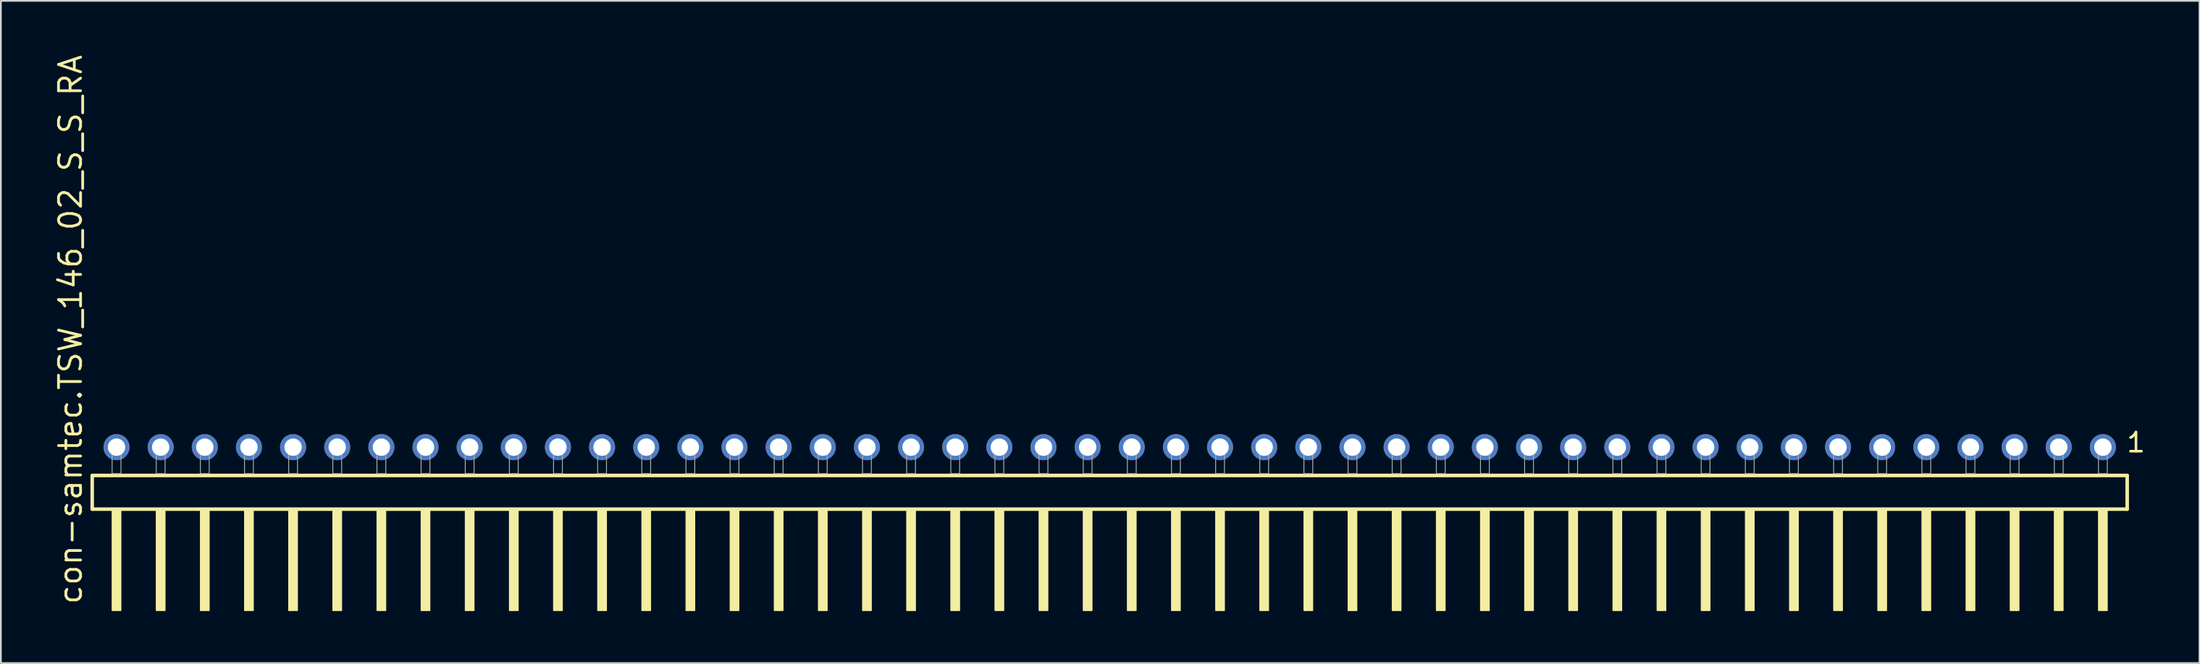
<source format=kicad_pcb>
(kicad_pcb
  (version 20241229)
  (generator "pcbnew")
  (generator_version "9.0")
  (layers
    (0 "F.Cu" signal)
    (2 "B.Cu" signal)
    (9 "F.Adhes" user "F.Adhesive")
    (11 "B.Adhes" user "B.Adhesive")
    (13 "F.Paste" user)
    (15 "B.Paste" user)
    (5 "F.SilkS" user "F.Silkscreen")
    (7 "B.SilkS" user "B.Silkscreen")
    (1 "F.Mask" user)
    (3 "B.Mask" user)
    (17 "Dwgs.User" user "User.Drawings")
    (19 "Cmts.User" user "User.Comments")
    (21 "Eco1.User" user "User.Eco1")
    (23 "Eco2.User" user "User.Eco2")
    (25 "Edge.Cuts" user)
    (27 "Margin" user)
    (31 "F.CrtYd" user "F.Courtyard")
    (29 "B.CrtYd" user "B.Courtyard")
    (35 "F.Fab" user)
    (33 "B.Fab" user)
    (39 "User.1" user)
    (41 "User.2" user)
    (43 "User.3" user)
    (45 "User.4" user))
  (footprint "con-samtec.TSW_146_02_S_S_RA"
    (layer "F.Cu")
    (at 60.805 24.235)
    (property "Reference" "con-samtec.TSW_146_02_S_S_RA" (at -59.055 7.62 90) (layer "F.SilkS") (effects (font (size 1.27 1.27) (thickness 0.16)) (justify left bottom)))
    (attr through_hole)
    (fp_line (start -58.549 0.106) (end -58.549 2.046) (stroke (width 0.203) (type default)) (layer "F.SilkS"))
    (fp_line (start -58.549 2.046) (end 58.549 2.046) (stroke (width 0.203) (type default)) (layer "F.SilkS"))
    (fp_line (start 58.549 0.106) (end -58.549 0.106) (stroke (width 0.203) (type default)) (layer "F.SilkS"))
    (fp_line (start 58.549 2.046) (end 58.549 0.106) (stroke (width 0.203) (type default)) (layer "F.SilkS"))
    (fp_rect (start -57.404 7.89) (end -56.896 2.04) (stroke (width 0.05) (type default)) (fill yes) (layer "F.SilkS"))
    (fp_rect (start -54.864 7.89) (end -54.356 2.04) (stroke (width 0.05) (type default)) (fill yes) (layer "F.SilkS"))
    (fp_rect (start -52.324 7.89) (end -51.816 2.04) (stroke (width 0.05) (type default)) (fill yes) (layer "F.SilkS"))
    (fp_rect (start -49.784 7.89) (end -49.276 2.04) (stroke (width 0.05) (type default)) (fill yes) (layer "F.SilkS"))
    (fp_rect (start -47.244 7.89) (end -46.736 2.04) (stroke (width 0.05) (type default)) (fill yes) (layer "F.SilkS"))
    (fp_rect (start -44.704 7.89) (end -44.196 2.04) (stroke (width 0.05) (type default)) (fill yes) (layer "F.SilkS"))
    (fp_rect (start -42.164 7.89) (end -41.656 2.04) (stroke (width 0.05) (type default)) (fill yes) (layer "F.SilkS"))
    (fp_rect (start -39.624 7.89) (end -39.116 2.04) (stroke (width 0.05) (type default)) (fill yes) (layer "F.SilkS"))
    (fp_rect (start -37.084 7.89) (end -36.576 2.04) (stroke (width 0.05) (type default)) (fill yes) (layer "F.SilkS"))
    (fp_rect (start -34.544 7.89) (end -34.036 2.04) (stroke (width 0.05) (type default)) (fill yes) (layer "F.SilkS"))
    (fp_rect (start -32.004 7.89) (end -31.496 2.04) (stroke (width 0.05) (type default)) (fill yes) (layer "F.SilkS"))
    (fp_rect (start -29.464 7.89) (end -28.956 2.04) (stroke (width 0.05) (type default)) (fill yes) (layer "F.SilkS"))
    (fp_rect (start -26.924 7.89) (end -26.416 2.04) (stroke (width 0.05) (type default)) (fill yes) (layer "F.SilkS"))
    (fp_rect (start -24.384 7.89) (end -23.876 2.04) (stroke (width 0.05) (type default)) (fill yes) (layer "F.SilkS"))
    (fp_rect (start -21.844 7.89) (end -21.336 2.04) (stroke (width 0.05) (type default)) (fill yes) (layer "F.SilkS"))
    (fp_rect (start -19.304 7.89) (end -18.796 2.04) (stroke (width 0.05) (type default)) (fill yes) (layer "F.SilkS"))
    (fp_rect (start -16.764 7.89) (end -16.256 2.04) (stroke (width 0.05) (type default)) (fill yes) (layer "F.SilkS"))
    (fp_rect (start -14.224 7.89) (end -13.716 2.04) (stroke (width 0.05) (type default)) (fill yes) (layer "F.SilkS"))
    (fp_rect (start -11.684 7.89) (end -11.176 2.04) (stroke (width 0.05) (type default)) (fill yes) (layer "F.SilkS"))
    (fp_rect (start -9.144 7.89) (end -8.636 2.04) (stroke (width 0.05) (type default)) (fill yes) (layer "F.SilkS"))
    (fp_rect (start -6.604 7.89) (end -6.096 2.04) (stroke (width 0.05) (type default)) (fill yes) (layer "F.SilkS"))
    (fp_rect (start -4.064 7.89) (end -3.556 2.04) (stroke (width 0.05) (type default)) (fill yes) (layer "F.SilkS"))
    (fp_rect (start -1.524 7.89) (end -1.016 2.04) (stroke (width 0.05) (type default)) (fill yes) (layer "F.SilkS"))
    (fp_rect (start 1.016 7.89) (end 1.524 2.04) (stroke (width 0.05) (type default)) (fill yes) (layer "F.SilkS"))
    (fp_rect (start 3.556 7.89) (end 4.064 2.04) (stroke (width 0.05) (type default)) (fill yes) (layer "F.SilkS"))
    (fp_rect (start 6.096 7.89) (end 6.604 2.04) (stroke (width 0.05) (type default)) (fill yes) (layer "F.SilkS"))
    (fp_rect (start 8.636 7.89) (end 9.144 2.04) (stroke (width 0.05) (type default)) (fill yes) (layer "F.SilkS"))
    (fp_rect (start 11.176 7.89) (end 11.684 2.04) (stroke (width 0.05) (type default)) (fill yes) (layer "F.SilkS"))
    (fp_rect (start 13.716 7.89) (end 14.224 2.04) (stroke (width 0.05) (type default)) (fill yes) (layer "F.SilkS"))
    (fp_rect (start 16.256 7.89) (end 16.764 2.04) (stroke (width 0.05) (type default)) (fill yes) (layer "F.SilkS"))
    (fp_rect (start 18.796 7.89) (end 19.304 2.04) (stroke (width 0.05) (type default)) (fill yes) (layer "F.SilkS"))
    (fp_rect (start 21.336 7.89) (end 21.844 2.04) (stroke (width 0.05) (type default)) (fill yes) (layer "F.SilkS"))
    (fp_rect (start 23.876 7.89) (end 24.384 2.04) (stroke (width 0.05) (type default)) (fill yes) (layer "F.SilkS"))
    (fp_rect (start 26.416 7.89) (end 26.924 2.04) (stroke (width 0.05) (type default)) (fill yes) (layer "F.SilkS"))
    (fp_rect (start 28.956 7.89) (end 29.464 2.04) (stroke (width 0.05) (type default)) (fill yes) (layer "F.SilkS"))
    (fp_rect (start 31.496 7.89) (end 32.004 2.04) (stroke (width 0.05) (type default)) (fill yes) (layer "F.SilkS"))
    (fp_rect (start 34.036 7.89) (end 34.544 2.04) (stroke (width 0.05) (type default)) (fill yes) (layer "F.SilkS"))
    (fp_rect (start 36.576 7.89) (end 37.084 2.04) (stroke (width 0.05) (type default)) (fill yes) (layer "F.SilkS"))
    (fp_rect (start 39.116 7.89) (end 39.624 2.04) (stroke (width 0.05) (type default)) (fill yes) (layer "F.SilkS"))
    (fp_rect (start 41.656 7.89) (end 42.164 2.04) (stroke (width 0.05) (type default)) (fill yes) (layer "F.SilkS"))
    (fp_rect (start 44.196 7.89) (end 44.704 2.04) (stroke (width 0.05) (type default)) (fill yes) (layer "F.SilkS"))
    (fp_rect (start 46.736 7.89) (end 47.244 2.04) (stroke (width 0.05) (type default)) (fill yes) (layer "F.SilkS"))
    (fp_rect (start 49.276 7.89) (end 49.784 2.04) (stroke (width 0.05) (type default)) (fill yes) (layer "F.SilkS"))
    (fp_rect (start 51.816 7.89) (end 52.324 2.04) (stroke (width 0.05) (type default)) (fill yes) (layer "F.SilkS"))
    (fp_rect (start 54.356 7.89) (end 54.864 2.04) (stroke (width 0.05) (type default)) (fill yes) (layer "F.SilkS"))
    (fp_rect (start 56.896 7.89) (end 57.404 2.04) (stroke (width 0.05) (type default)) (fill yes) (layer "F.SilkS"))
    (fp_rect (start -57.404 0) (end -56.896 -1.778) (stroke (width 0.05) (type default)) (fill no) (layer "F.Fab"))
    (fp_rect (start -54.864 0) (end -54.356 -1.778) (stroke (width 0.05) (type default)) (fill no) (layer "F.Fab"))
    (fp_rect (start -52.324 0) (end -51.816 -1.778) (stroke (width 0.05) (type default)) (fill no) (layer "F.Fab"))
    (fp_rect (start -49.784 0) (end -49.276 -1.778) (stroke (width 0.05) (type default)) (fill no) (layer "F.Fab"))
    (fp_rect (start -47.244 0) (end -46.736 -1.778) (stroke (width 0.05) (type default)) (fill no) (layer "F.Fab"))
    (fp_rect (start -44.704 0) (end -44.196 -1.778) (stroke (width 0.05) (type default)) (fill no) (layer "F.Fab"))
    (fp_rect (start -42.164 0) (end -41.656 -1.778) (stroke (width 0.05) (type default)) (fill no) (layer "F.Fab"))
    (fp_rect (start -39.624 0) (end -39.116 -1.778) (stroke (width 0.05) (type default)) (fill no) (layer "F.Fab"))
    (fp_rect (start -37.084 0) (end -36.576 -1.778) (stroke (width 0.05) (type default)) (fill no) (layer "F.Fab"))
    (fp_rect (start -34.544 0) (end -34.036 -1.778) (stroke (width 0.05) (type default)) (fill no) (layer "F.Fab"))
    (fp_rect (start -32.004 0) (end -31.496 -1.778) (stroke (width 0.05) (type default)) (fill no) (layer "F.Fab"))
    (fp_rect (start -29.464 0) (end -28.956 -1.778) (stroke (width 0.05) (type default)) (fill no) (layer "F.Fab"))
    (fp_rect (start -26.924 0) (end -26.416 -1.778) (stroke (width 0.05) (type default)) (fill no) (layer "F.Fab"))
    (fp_rect (start -24.384 0) (end -23.876 -1.778) (stroke (width 0.05) (type default)) (fill no) (layer "F.Fab"))
    (fp_rect (start -21.844 0) (end -21.336 -1.778) (stroke (width 0.05) (type default)) (fill no) (layer "F.Fab"))
    (fp_rect (start -19.304 0) (end -18.796 -1.778) (stroke (width 0.05) (type default)) (fill no) (layer "F.Fab"))
    (fp_rect (start -16.764 0) (end -16.256 -1.778) (stroke (width 0.05) (type default)) (fill no) (layer "F.Fab"))
    (fp_rect (start -14.224 0) (end -13.716 -1.778) (stroke (width 0.05) (type default)) (fill no) (layer "F.Fab"))
    (fp_rect (start -11.684 0) (end -11.176 -1.778) (stroke (width 0.05) (type default)) (fill no) (layer "F.Fab"))
    (fp_rect (start -9.144 0) (end -8.636 -1.778) (stroke (width 0.05) (type default)) (fill no) (layer "F.Fab"))
    (fp_rect (start -6.604 0) (end -6.096 -1.778) (stroke (width 0.05) (type default)) (fill no) (layer "F.Fab"))
    (fp_rect (start -4.064 0) (end -3.556 -1.778) (stroke (width 0.05) (type default)) (fill no) (layer "F.Fab"))
    (fp_rect (start -1.524 0) (end -1.016 -1.778) (stroke (width 0.05) (type default)) (fill no) (layer "F.Fab"))
    (fp_rect (start 1.016 0) (end 1.524 -1.778) (stroke (width 0.05) (type default)) (fill no) (layer "F.Fab"))
    (fp_rect (start 3.556 0) (end 4.064 -1.778) (stroke (width 0.05) (type default)) (fill no) (layer "F.Fab"))
    (fp_rect (start 6.096 0) (end 6.604 -1.778) (stroke (width 0.05) (type default)) (fill no) (layer "F.Fab"))
    (fp_rect (start 8.636 0) (end 9.144 -1.778) (stroke (width 0.05) (type default)) (fill no) (layer "F.Fab"))
    (fp_rect (start 11.176 0) (end 11.684 -1.778) (stroke (width 0.05) (type default)) (fill no) (layer "F.Fab"))
    (fp_rect (start 13.716 0) (end 14.224 -1.778) (stroke (width 0.05) (type default)) (fill no) (layer "F.Fab"))
    (fp_rect (start 16.256 0) (end 16.764 -1.778) (stroke (width 0.05) (type default)) (fill no) (layer "F.Fab"))
    (fp_rect (start 18.796 0) (end 19.304 -1.778) (stroke (width 0.05) (type default)) (fill no) (layer "F.Fab"))
    (fp_rect (start 21.336 0) (end 21.844 -1.778) (stroke (width 0.05) (type default)) (fill no) (layer "F.Fab"))
    (fp_rect (start 23.876 0) (end 24.384 -1.778) (stroke (width 0.05) (type default)) (fill no) (layer "F.Fab"))
    (fp_rect (start 26.416 0) (end 26.924 -1.778) (stroke (width 0.05) (type default)) (fill no) (layer "F.Fab"))
    (fp_rect (start 28.956 0) (end 29.464 -1.778) (stroke (width 0.05) (type default)) (fill no) (layer "F.Fab"))
    (fp_rect (start 31.496 0) (end 32.004 -1.778) (stroke (width 0.05) (type default)) (fill no) (layer "F.Fab"))
    (fp_rect (start 34.036 0) (end 34.544 -1.778) (stroke (width 0.05) (type default)) (fill no) (layer "F.Fab"))
    (fp_rect (start 36.576 0) (end 37.084 -1.778) (stroke (width 0.05) (type default)) (fill no) (layer "F.Fab"))
    (fp_rect (start 39.116 0) (end 39.624 -1.778) (stroke (width 0.05) (type default)) (fill no) (layer "F.Fab"))
    (fp_rect (start 41.656 0) (end 42.164 -1.778) (stroke (width 0.05) (type default)) (fill no) (layer "F.Fab"))
    (fp_rect (start 44.196 0) (end 44.704 -1.778) (stroke (width 0.05) (type default)) (fill no) (layer "F.Fab"))
    (fp_rect (start 46.736 0) (end 47.244 -1.778) (stroke (width 0.05) (type default)) (fill no) (layer "F.Fab"))
    (fp_rect (start 49.276 0) (end 49.784 -1.778) (stroke (width 0.05) (type default)) (fill no) (layer "F.Fab"))
    (fp_rect (start 51.816 0) (end 52.324 -1.778) (stroke (width 0.05) (type default)) (fill no) (layer "F.Fab"))
    (fp_rect (start 54.356 0) (end 54.864 -1.778) (stroke (width 0.05) (type default)) (fill no) (layer "F.Fab"))
    (fp_rect (start 56.896 0) (end 57.404 -1.778) (stroke (width 0.05) (type default)) (fill no) (layer "F.Fab"))
    (fp_text user "1" (at 58.432 -1.152 0) (layer "F.SilkS") (effects (font (size 1.1 1.1) (thickness 0.15)) (justify left bottom)))
    (pad "1" thru_hole circle (at 57.15 -1.524 180) (size 1.5 1.5) (drill 1) (layers "*.Cu" "*.Mask"))
    (pad "2" thru_hole circle (at 54.61 -1.524 180) (size 1.5 1.5) (drill 1) (layers "*.Cu" "*.Mask"))
    (pad "3" thru_hole circle (at 52.07 -1.524 180) (size 1.5 1.5) (drill 1) (layers "*.Cu" "*.Mask"))
    (pad "4" thru_hole circle (at 49.53 -1.524 180) (size 1.5 1.5) (drill 1) (layers "*.Cu" "*.Mask"))
    (pad "5" thru_hole circle (at 46.99 -1.524 180) (size 1.5 1.5) (drill 1) (layers "*.Cu" "*.Mask"))
    (pad "6" thru_hole circle (at 44.45 -1.524 180) (size 1.5 1.5) (drill 1) (layers "*.Cu" "*.Mask"))
    (pad "7" thru_hole circle (at 41.91 -1.524 180) (size 1.5 1.5) (drill 1) (layers "*.Cu" "*.Mask"))
    (pad "8" thru_hole circle (at 39.37 -1.524 180) (size 1.5 1.5) (drill 1) (layers "*.Cu" "*.Mask"))
    (pad "9" thru_hole circle (at 36.83 -1.524 180) (size 1.5 1.5) (drill 1) (layers "*.Cu" "*.Mask"))
    (pad "10" thru_hole circle (at 34.29 -1.524 180) (size 1.5 1.5) (drill 1) (layers "*.Cu" "*.Mask"))
    (pad "11" thru_hole circle (at 31.75 -1.524 180) (size 1.5 1.5) (drill 1) (layers "*.Cu" "*.Mask"))
    (pad "12" thru_hole circle (at 29.21 -1.524 180) (size 1.5 1.5) (drill 1) (layers "*.Cu" "*.Mask"))
    (pad "13" thru_hole circle (at 26.67 -1.524 180) (size 1.5 1.5) (drill 1) (layers "*.Cu" "*.Mask"))
    (pad "14" thru_hole circle (at 24.13 -1.524 180) (size 1.5 1.5) (drill 1) (layers "*.Cu" "*.Mask"))
    (pad "15" thru_hole circle (at 21.59 -1.524 180) (size 1.5 1.5) (drill 1) (layers "*.Cu" "*.Mask"))
    (pad "16" thru_hole circle (at 19.05 -1.524 180) (size 1.5 1.5) (drill 1) (layers "*.Cu" "*.Mask"))
    (pad "17" thru_hole circle (at 16.51 -1.524 180) (size 1.5 1.5) (drill 1) (layers "*.Cu" "*.Mask"))
    (pad "18" thru_hole circle (at 13.97 -1.524 180) (size 1.5 1.5) (drill 1) (layers "*.Cu" "*.Mask"))
    (pad "19" thru_hole circle (at 11.43 -1.524 180) (size 1.5 1.5) (drill 1) (layers "*.Cu" "*.Mask"))
    (pad "20" thru_hole circle (at 8.89 -1.524 180) (size 1.5 1.5) (drill 1) (layers "*.Cu" "*.Mask"))
    (pad "21" thru_hole circle (at 6.35 -1.524 180) (size 1.5 1.5) (drill 1) (layers "*.Cu" "*.Mask"))
    (pad "22" thru_hole circle (at 3.81 -1.524 180) (size 1.5 1.5) (drill 1) (layers "*.Cu" "*.Mask"))
    (pad "23" thru_hole circle (at 1.27 -1.524 180) (size 1.5 1.5) (drill 1) (layers "*.Cu" "*.Mask"))
    (pad "24" thru_hole circle (at -1.27 -1.524 180) (size 1.5 1.5) (drill 1) (layers "*.Cu" "*.Mask"))
    (pad "25" thru_hole circle (at -3.81 -1.524 180) (size 1.5 1.5) (drill 1) (layers "*.Cu" "*.Mask"))
    (pad "26" thru_hole circle (at -6.35 -1.524 180) (size 1.5 1.5) (drill 1) (layers "*.Cu" "*.Mask"))
    (pad "27" thru_hole circle (at -8.89 -1.524 180) (size 1.5 1.5) (drill 1) (layers "*.Cu" "*.Mask"))
    (pad "28" thru_hole circle (at -11.43 -1.524 180) (size 1.5 1.5) (drill 1) (layers "*.Cu" "*.Mask"))
    (pad "29" thru_hole circle (at -13.97 -1.524 180) (size 1.5 1.5) (drill 1) (layers "*.Cu" "*.Mask"))
    (pad "30" thru_hole circle (at -16.51 -1.524 180) (size 1.5 1.5) (drill 1) (layers "*.Cu" "*.Mask"))
    (pad "31" thru_hole circle (at -19.05 -1.524 180) (size 1.5 1.5) (drill 1) (layers "*.Cu" "*.Mask"))
    (pad "32" thru_hole circle (at -21.59 -1.524 180) (size 1.5 1.5) (drill 1) (layers "*.Cu" "*.Mask"))
    (pad "33" thru_hole circle (at -24.13 -1.524 180) (size 1.5 1.5) (drill 1) (layers "*.Cu" "*.Mask"))
    (pad "34" thru_hole circle (at -26.67 -1.524 180) (size 1.5 1.5) (drill 1) (layers "*.Cu" "*.Mask"))
    (pad "35" thru_hole circle (at -29.21 -1.524 180) (size 1.5 1.5) (drill 1) (layers "*.Cu" "*.Mask"))
    (pad "36" thru_hole circle (at -31.75 -1.524 180) (size 1.5 1.5) (drill 1) (layers "*.Cu" "*.Mask"))
    (pad "37" thru_hole circle (at -34.29 -1.524 180) (size 1.5 1.5) (drill 1) (layers "*.Cu" "*.Mask"))
    (pad "38" thru_hole circle (at -36.83 -1.524 180) (size 1.5 1.5) (drill 1) (layers "*.Cu" "*.Mask"))
    (pad "39" thru_hole circle (at -39.37 -1.524 180) (size 1.5 1.5) (drill 1) (layers "*.Cu" "*.Mask"))
    (pad "40" thru_hole circle (at -41.91 -1.524 180) (size 1.5 1.5) (drill 1) (layers "*.Cu" "*.Mask"))
    (pad "41" thru_hole circle (at -44.45 -1.524 180) (size 1.5 1.5) (drill 1) (layers "*.Cu" "*.Mask"))
    (pad "42" thru_hole circle (at -46.99 -1.524 180) (size 1.5 1.5) (drill 1) (layers "*.Cu" "*.Mask"))
    (pad "43" thru_hole circle (at -49.53 -1.524 180) (size 1.5 1.5) (drill 1) (layers "*.Cu" "*.Mask"))
    (pad "44" thru_hole circle (at -52.07 -1.524 180) (size 1.5 1.5) (drill 1) (layers "*.Cu" "*.Mask"))
    (pad "45" thru_hole circle (at -54.61 -1.524 180) (size 1.5 1.5) (drill 1) (layers "*.Cu" "*.Mask"))
    (pad "46" thru_hole circle (at -57.15 -1.524 180) (size 1.5 1.5) (drill 1) (layers "*.Cu" "*.Mask")))
  (gr_rect
    (start -3 -3)
    (end 123.515 35.15)
    (stroke (width 0.1) (type default))
    (fill no)
    (layer "Edge.Cuts")))
</source>
